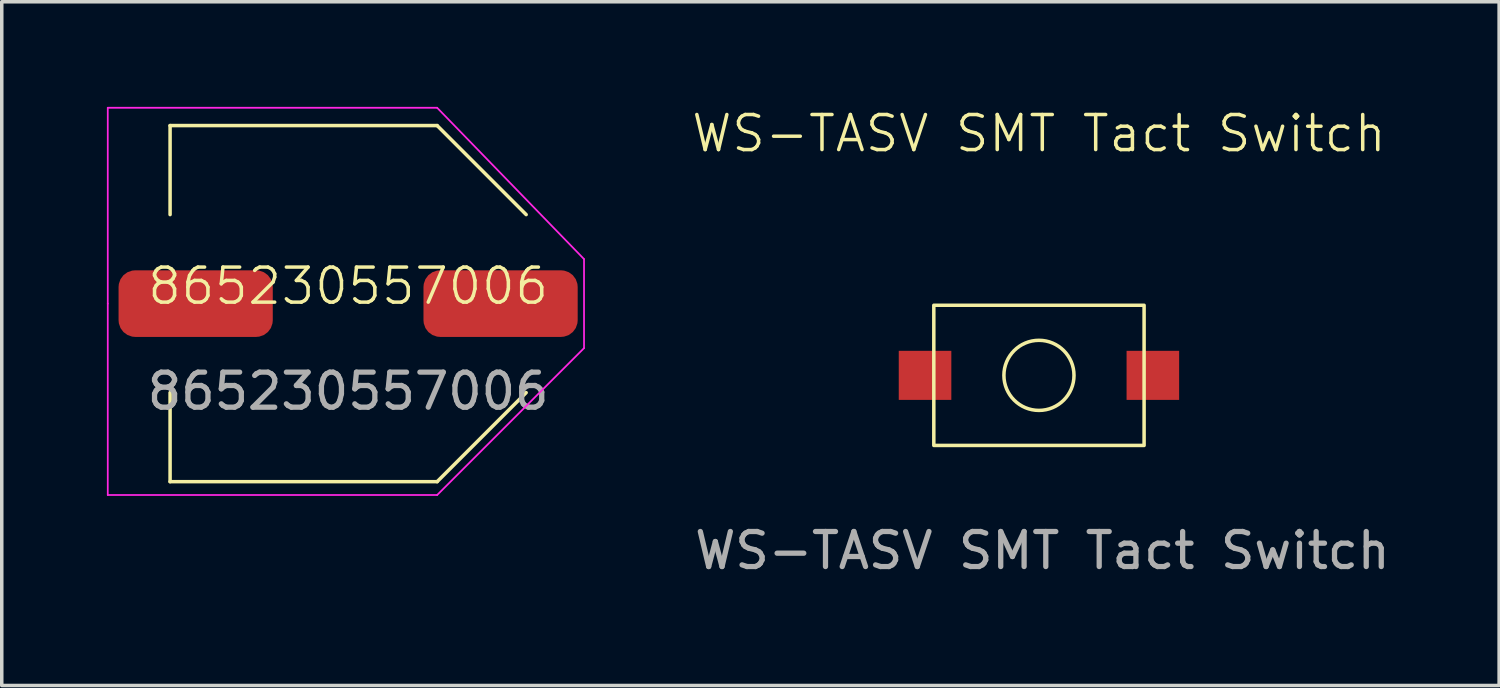
<source format=kicad_pcb>
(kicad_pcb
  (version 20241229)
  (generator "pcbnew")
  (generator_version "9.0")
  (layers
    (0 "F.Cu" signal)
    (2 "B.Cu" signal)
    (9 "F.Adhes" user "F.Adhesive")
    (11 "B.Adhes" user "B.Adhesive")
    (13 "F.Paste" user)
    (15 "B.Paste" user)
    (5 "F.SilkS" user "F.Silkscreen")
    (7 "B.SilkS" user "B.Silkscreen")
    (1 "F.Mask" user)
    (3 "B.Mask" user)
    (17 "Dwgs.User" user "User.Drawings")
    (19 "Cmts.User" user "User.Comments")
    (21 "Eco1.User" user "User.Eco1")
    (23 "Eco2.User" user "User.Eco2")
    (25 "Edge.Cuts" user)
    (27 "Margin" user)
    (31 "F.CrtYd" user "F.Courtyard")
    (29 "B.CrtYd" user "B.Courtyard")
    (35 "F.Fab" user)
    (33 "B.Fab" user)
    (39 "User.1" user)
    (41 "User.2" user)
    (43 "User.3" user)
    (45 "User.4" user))
  (footprint "865230557006"
    (layer "F.Cu")
    (at 6.883 5.613)
    (property "Reference" "865230557006" (at 0 -0.5 0) (unlocked yes) (layer "F.SilkS") (effects (font (size 1 1) (thickness 0.1))))
    (attr smd)
    (fp_line (start -5.08 -5.08) (end 2.54 -5.08) (stroke (width 0.1) (type default)) (layer "F.SilkS"))
    (fp_line (start -5.08 -2.54) (end -5.08 -5.08) (stroke (width 0.1) (type default)) (layer "F.SilkS"))
    (fp_line (start -5.08 5.08) (end -5.08 2.54) (stroke (width 0.1) (type default)) (layer "F.SilkS"))
    (fp_line (start 2.54 -5.08) (end 5.08 -2.54) (stroke (width 0.1) (type default)) (layer "F.SilkS"))
    (fp_line (start 2.54 5.08) (end -5.08 5.08) (stroke (width 0.1) (type default)) (layer "F.SilkS"))
    (fp_line (start 5.08 2.54) (end 2.54 5.08) (stroke (width 0.1) (type default)) (layer "F.SilkS"))
    (fp_line (start -6.858 -5.588) (end 2.54 -5.588) (stroke (width 0.05) (type default)) (layer "F.CrtYd"))
    (fp_line (start -6.858 0) (end -6.858 -5.588) (stroke (width 0.05) (type default)) (layer "F.CrtYd"))
    (fp_line (start -6.858 5.461) (end -6.858 0) (stroke (width 0.05) (type default)) (layer "F.CrtYd"))
    (fp_line (start 2.54 -5.588) (end 6.731 -1.27) (stroke (width 0.05) (type default)) (layer "F.CrtYd"))
    (fp_line (start 2.54 5.461) (end -6.858 5.461) (stroke (width 0.05) (type default)) (layer "F.CrtYd"))
    (fp_line (start 6.731 -1.27) (end 6.731 1.27) (stroke (width 0.05) (type default)) (layer "F.CrtYd"))
    (fp_line (start 6.731 1.27) (end 2.54 5.461) (stroke (width 0.05) (type default)) (layer "F.CrtYd"))
    (fp_text user "${REFERENCE}" (at 0 2.5 0) (unlocked yes) (layer "F.Fab") (effects (font (size 1 1) (thickness 0.15))))
    (pad "1" smd roundrect (at -4.35 0) (size 4.4 1.9) (layers "F.Cu" "F.Mask" "F.Paste") (roundrect_rratio 0.25))
    (pad "2" smd roundrect (at 4.35 0) (size 4.4 1.9) (layers "F.Cu" "F.Mask" "F.Paste") (roundrect_rratio 0.25)))
  (footprint "WS-TASV SMT Tact Switch"
    (layer "F.Cu")
    (at 26.594 7.66)
    (property "Reference" "WS-TASV SMT Tact Switch" (at 0 -6.9 0) (unlocked yes) (layer "F.SilkS") (effects (font (size 1 1) (thickness 0.1))))
    (attr smd)
    (fp_rect (start -3 -2) (end 3 2) (stroke (width 0.1) (type default)) (fill no) (layer "F.SilkS"))
    (fp_circle (center 0 0) (end 1 0) (stroke (width 0.1) (type default)) (fill no) (layer "F.SilkS"))
    (fp_rect (start -4.5 -2.5) (end 4.5 2.5) (stroke (width 0.1) (type default)) (fill no) (layer "Margin"))
    (fp_text user "${REFERENCE}" (at 0.1 5 0) (unlocked yes) (layer "F.Fab") (effects (font (size 1 1) (thickness 0.15))))
    (pad "1" smd rect (at -3.25 0) (size 1.5 1.4) (layers "F.Cu" "F.Mask" "F.Paste"))
    (pad "2" smd rect (at 3.25 0) (size 1.5 1.4) (layers "F.Cu" "F.Mask" "F.Paste")))
  (gr_rect
    (start -3 -3)
    (end 39.724 16.509)
    (stroke (width 0.1) (type default))
    (fill no)
    (layer "Edge.Cuts")))
</source>
